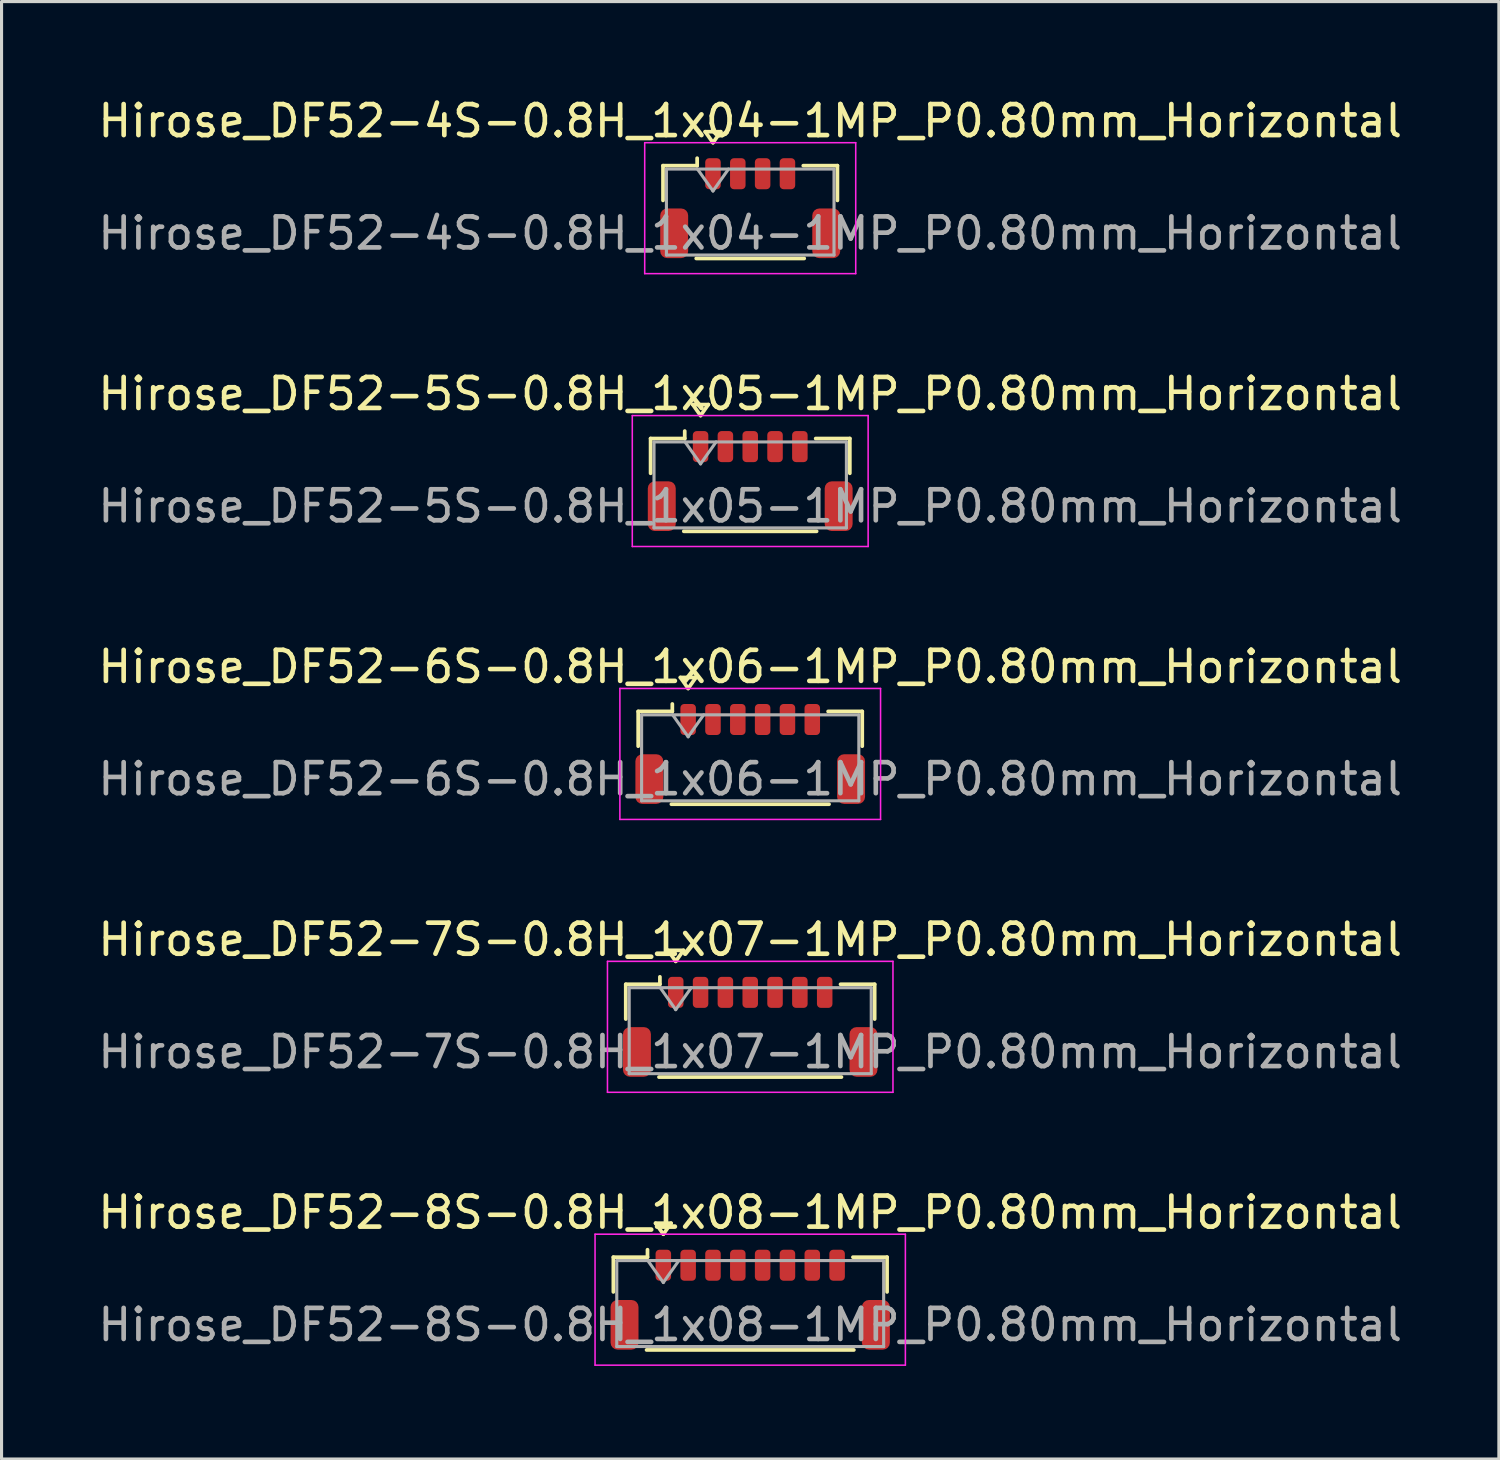
<source format=kicad_pcb>
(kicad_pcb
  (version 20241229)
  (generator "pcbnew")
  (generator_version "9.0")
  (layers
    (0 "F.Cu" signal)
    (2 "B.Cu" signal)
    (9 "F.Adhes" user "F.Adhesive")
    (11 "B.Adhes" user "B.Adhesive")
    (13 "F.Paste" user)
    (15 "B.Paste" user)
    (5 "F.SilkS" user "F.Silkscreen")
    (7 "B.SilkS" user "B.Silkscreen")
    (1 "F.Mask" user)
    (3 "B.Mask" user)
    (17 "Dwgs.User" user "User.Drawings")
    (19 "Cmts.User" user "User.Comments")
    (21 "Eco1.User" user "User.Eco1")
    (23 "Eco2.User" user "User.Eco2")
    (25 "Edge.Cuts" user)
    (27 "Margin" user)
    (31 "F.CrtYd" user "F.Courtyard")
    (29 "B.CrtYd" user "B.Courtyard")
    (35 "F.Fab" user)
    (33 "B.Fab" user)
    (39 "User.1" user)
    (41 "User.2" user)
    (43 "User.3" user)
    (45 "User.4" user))
  (footprint "Hirose_DF52-4S-0.8H_1x04-1MP_P0.80mm_Horizontal"
    (layer "F.Cu")
    (at 21.125 3.658)
    (property "Reference" "Hirose_DF52-4S-0.8H_1x04-1MP_P0.80mm_Horizontal" (at 0 -2.81 0) (layer "F.SilkS") (effects (font (size 1 1) (thickness 0.15))))
    (attr smd)
    (fp_line (start -2.81 -1.37) (end -1.71 -1.37) (stroke (width 0.12) (type solid)) (layer "F.SilkS"))
    (fp_line (start -2.81 -0.25) (end -2.81 -1.37) (stroke (width 0.12) (type solid)) (layer "F.SilkS"))
    (fp_line (start -1.74 1.62) (end 1.74 1.62) (stroke (width 0.12) (type solid)) (layer "F.SilkS"))
    (fp_line (start -1.71 -1.37) (end -1.71 -1.61) (stroke (width 0.12) (type solid)) (layer "F.SilkS"))
    (fp_line (start -1.45 -2.464) (end -1.2 -2.11) (stroke (width 0.12) (type solid)) (layer "F.SilkS"))
    (fp_line (start -1.2 -2.11) (end -0.95 -2.464) (stroke (width 0.12) (type solid)) (layer "F.SilkS"))
    (fp_line (start -0.95 -2.464) (end -1.45 -2.464) (stroke (width 0.12) (type solid)) (layer "F.SilkS"))
    (fp_line (start 2.81 -1.37) (end 1.71 -1.37) (stroke (width 0.12) (type solid)) (layer "F.SilkS"))
    (fp_line (start 2.81 -0.25) (end 2.81 -1.37) (stroke (width 0.12) (type solid)) (layer "F.SilkS"))
    (fp_line (start -3.4 -2.11) (end -3.4 2.11) (stroke (width 0.05) (type solid)) (layer "F.CrtYd"))
    (fp_line (start -3.4 2.11) (end 3.4 2.11) (stroke (width 0.05) (type solid)) (layer "F.CrtYd"))
    (fp_line (start 3.4 -2.11) (end -3.4 -2.11) (stroke (width 0.05) (type solid)) (layer "F.CrtYd"))
    (fp_line (start 3.4 2.11) (end 3.4 -2.11) (stroke (width 0.05) (type solid)) (layer "F.CrtYd"))
    (fp_line (start -2.7 -1.26) (end -2.7 1.51) (stroke (width 0.1) (type solid)) (layer "F.Fab"))
    (fp_line (start -2.7 -1.26) (end 2.7 -1.26) (stroke (width 0.1) (type solid)) (layer "F.Fab"))
    (fp_line (start -2.7 1.51) (end 2.7 1.51) (stroke (width 0.1) (type solid)) (layer "F.Fab"))
    (fp_line (start -1.7 -1.26) (end -1.2 -0.553) (stroke (width 0.1) (type solid)) (layer "F.Fab"))
    (fp_line (start -1.2 -0.553) (end -0.7 -1.26) (stroke (width 0.1) (type solid)) (layer "F.Fab"))
    (fp_line (start 2.7 -1.26) (end 2.7 1.51) (stroke (width 0.1) (type solid)) (layer "F.Fab"))
    (fp_text user "${REFERENCE}" (at 0 0.81 0) (layer "F.Fab") (effects (font (size 1 1) (thickness 0.15))))
    (pad "1" smd roundrect (at -1.2 -1.11) (size 0.5 1) (layers "F.Cu" "F.Mask" "F.Paste") (roundrect_rratio 0.25))
    (pad "2" smd roundrect (at -0.4 -1.11) (size 0.5 1) (layers "F.Cu" "F.Mask" "F.Paste") (roundrect_rratio 0.25))
    (pad "3" smd roundrect (at 0.4 -1.11) (size 0.5 1) (layers "F.Cu" "F.Mask" "F.Paste") (roundrect_rratio 0.25))
    (pad "4" smd roundrect (at 1.2 -1.11) (size 0.5 1) (layers "F.Cu" "F.Mask" "F.Paste") (roundrect_rratio 0.25))
    (pad "MP" smd roundrect (at -2.45 0.81) (size 0.9 1.6) (layers "F.Cu" "F.Mask" "F.Paste") (roundrect_rratio 0.25))
    (pad "MP" smd roundrect (at 2.45 0.81) (size 0.9 1.6) (layers "F.Cu" "F.Mask" "F.Paste") (roundrect_rratio 0.25)))
  (footprint "Hirose_DF52-8S-0.8H_1x08-1MP_P0.80mm_Horizontal"
    (layer "F.Cu")
    (at 21.125 38.831)
    (property "Reference" "Hirose_DF52-8S-0.8H_1x08-1MP_P0.80mm_Horizontal" (at 0 -2.81 0) (layer "F.SilkS") (effects (font (size 1 1) (thickness 0.15))))
    (attr smd)
    (fp_line (start -4.41 -1.37) (end -3.31 -1.37) (stroke (width 0.12) (type solid)) (layer "F.SilkS"))
    (fp_line (start -4.41 -0.25) (end -4.41 -1.37) (stroke (width 0.12) (type solid)) (layer "F.SilkS"))
    (fp_line (start -3.34 1.62) (end 3.34 1.62) (stroke (width 0.12) (type solid)) (layer "F.SilkS"))
    (fp_line (start -3.31 -1.37) (end -3.31 -1.61) (stroke (width 0.12) (type solid)) (layer "F.SilkS"))
    (fp_line (start -3.05 -2.464) (end -2.8 -2.11) (stroke (width 0.12) (type solid)) (layer "F.SilkS"))
    (fp_line (start -2.8 -2.11) (end -2.55 -2.464) (stroke (width 0.12) (type solid)) (layer "F.SilkS"))
    (fp_line (start -2.55 -2.464) (end -3.05 -2.464) (stroke (width 0.12) (type solid)) (layer "F.SilkS"))
    (fp_line (start 4.41 -1.37) (end 3.31 -1.37) (stroke (width 0.12) (type solid)) (layer "F.SilkS"))
    (fp_line (start 4.41 -0.25) (end 4.41 -1.37) (stroke (width 0.12) (type solid)) (layer "F.SilkS"))
    (fp_line (start -5 -2.11) (end -5 2.11) (stroke (width 0.05) (type solid)) (layer "F.CrtYd"))
    (fp_line (start -5 2.11) (end 5 2.11) (stroke (width 0.05) (type solid)) (layer "F.CrtYd"))
    (fp_line (start 5 -2.11) (end -5 -2.11) (stroke (width 0.05) (type solid)) (layer "F.CrtYd"))
    (fp_line (start 5 2.11) (end 5 -2.11) (stroke (width 0.05) (type solid)) (layer "F.CrtYd"))
    (fp_line (start -4.3 -1.26) (end -4.3 1.51) (stroke (width 0.1) (type solid)) (layer "F.Fab"))
    (fp_line (start -4.3 -1.26) (end 4.3 -1.26) (stroke (width 0.1) (type solid)) (layer "F.Fab"))
    (fp_line (start -4.3 1.51) (end 4.3 1.51) (stroke (width 0.1) (type solid)) (layer "F.Fab"))
    (fp_line (start -3.3 -1.26) (end -2.8 -0.553) (stroke (width 0.1) (type solid)) (layer "F.Fab"))
    (fp_line (start -2.8 -0.553) (end -2.3 -1.26) (stroke (width 0.1) (type solid)) (layer "F.Fab"))
    (fp_line (start 4.3 -1.26) (end 4.3 1.51) (stroke (width 0.1) (type solid)) (layer "F.Fab"))
    (fp_text user "${REFERENCE}" (at 0 0.81 0) (layer "F.Fab") (effects (font (size 1 1) (thickness 0.15))))
    (pad "1" smd roundrect (at -2.8 -1.11) (size 0.5 1) (layers "F.Cu" "F.Mask" "F.Paste") (roundrect_rratio 0.25))
    (pad "2" smd roundrect (at -2 -1.11) (size 0.5 1) (layers "F.Cu" "F.Mask" "F.Paste") (roundrect_rratio 0.25))
    (pad "3" smd roundrect (at -1.2 -1.11) (size 0.5 1) (layers "F.Cu" "F.Mask" "F.Paste") (roundrect_rratio 0.25))
    (pad "4" smd roundrect (at -0.4 -1.11) (size 0.5 1) (layers "F.Cu" "F.Mask" "F.Paste") (roundrect_rratio 0.25))
    (pad "5" smd roundrect (at 0.4 -1.11) (size 0.5 1) (layers "F.Cu" "F.Mask" "F.Paste") (roundrect_rratio 0.25))
    (pad "6" smd roundrect (at 1.2 -1.11) (size 0.5 1) (layers "F.Cu" "F.Mask" "F.Paste") (roundrect_rratio 0.25))
    (pad "7" smd roundrect (at 2 -1.11) (size 0.5 1) (layers "F.Cu" "F.Mask" "F.Paste") (roundrect_rratio 0.25))
    (pad "8" smd roundrect (at 2.8 -1.11) (size 0.5 1) (layers "F.Cu" "F.Mask" "F.Paste") (roundrect_rratio 0.25))
    (pad "MP" smd roundrect (at -4.05 0.81) (size 0.9 1.6) (layers "F.Cu" "F.Mask" "F.Paste") (roundrect_rratio 0.25))
    (pad "MP" smd roundrect (at 4.05 0.81) (size 0.9 1.6) (layers "F.Cu" "F.Mask" "F.Paste") (roundrect_rratio 0.25)))
  (footprint "Hirose_DF52-7S-0.8H_1x07-1MP_P0.80mm_Horizontal"
    (layer "F.Cu")
    (at 21.125 30.038)
    (property "Reference" "Hirose_DF52-7S-0.8H_1x07-1MP_P0.80mm_Horizontal" (at 0 -2.81 0) (layer "F.SilkS") (effects (font (size 1 1) (thickness 0.15))))
    (attr smd)
    (fp_line (start -4.01 -1.37) (end -2.91 -1.37) (stroke (width 0.12) (type solid)) (layer "F.SilkS"))
    (fp_line (start -4.01 -0.25) (end -4.01 -1.37) (stroke (width 0.12) (type solid)) (layer "F.SilkS"))
    (fp_line (start -2.94 1.62) (end 2.94 1.62) (stroke (width 0.12) (type solid)) (layer "F.SilkS"))
    (fp_line (start -2.91 -1.37) (end -2.91 -1.61) (stroke (width 0.12) (type solid)) (layer "F.SilkS"))
    (fp_line (start -2.65 -2.464) (end -2.4 -2.11) (stroke (width 0.12) (type solid)) (layer "F.SilkS"))
    (fp_line (start -2.4 -2.11) (end -2.15 -2.464) (stroke (width 0.12) (type solid)) (layer "F.SilkS"))
    (fp_line (start -2.15 -2.464) (end -2.65 -2.464) (stroke (width 0.12) (type solid)) (layer "F.SilkS"))
    (fp_line (start 4.01 -1.37) (end 2.91 -1.37) (stroke (width 0.12) (type solid)) (layer "F.SilkS"))
    (fp_line (start 4.01 -0.25) (end 4.01 -1.37) (stroke (width 0.12) (type solid)) (layer "F.SilkS"))
    (fp_line (start -4.6 -2.11) (end -4.6 2.11) (stroke (width 0.05) (type solid)) (layer "F.CrtYd"))
    (fp_line (start -4.6 2.11) (end 4.6 2.11) (stroke (width 0.05) (type solid)) (layer "F.CrtYd"))
    (fp_line (start 4.6 -2.11) (end -4.6 -2.11) (stroke (width 0.05) (type solid)) (layer "F.CrtYd"))
    (fp_line (start 4.6 2.11) (end 4.6 -2.11) (stroke (width 0.05) (type solid)) (layer "F.CrtYd"))
    (fp_line (start -3.9 -1.26) (end -3.9 1.51) (stroke (width 0.1) (type solid)) (layer "F.Fab"))
    (fp_line (start -3.9 -1.26) (end 3.9 -1.26) (stroke (width 0.1) (type solid)) (layer "F.Fab"))
    (fp_line (start -3.9 1.51) (end 3.9 1.51) (stroke (width 0.1) (type solid)) (layer "F.Fab"))
    (fp_line (start -2.9 -1.26) (end -2.4 -0.553) (stroke (width 0.1) (type solid)) (layer "F.Fab"))
    (fp_line (start -2.4 -0.553) (end -1.9 -1.26) (stroke (width 0.1) (type solid)) (layer "F.Fab"))
    (fp_line (start 3.9 -1.26) (end 3.9 1.51) (stroke (width 0.1) (type solid)) (layer "F.Fab"))
    (fp_text user "${REFERENCE}" (at 0 0.81 0) (layer "F.Fab") (effects (font (size 1 1) (thickness 0.15))))
    (pad "1" smd roundrect (at -2.4 -1.11) (size 0.5 1) (layers "F.Cu" "F.Mask" "F.Paste") (roundrect_rratio 0.25))
    (pad "2" smd roundrect (at -1.6 -1.11) (size 0.5 1) (layers "F.Cu" "F.Mask" "F.Paste") (roundrect_rratio 0.25))
    (pad "3" smd roundrect (at -0.8 -1.11) (size 0.5 1) (layers "F.Cu" "F.Mask" "F.Paste") (roundrect_rratio 0.25))
    (pad "4" smd roundrect (at 0 -1.11) (size 0.5 1) (layers "F.Cu" "F.Mask" "F.Paste") (roundrect_rratio 0.25))
    (pad "5" smd roundrect (at 0.8 -1.11) (size 0.5 1) (layers "F.Cu" "F.Mask" "F.Paste") (roundrect_rratio 0.25))
    (pad "6" smd roundrect (at 1.6 -1.11) (size 0.5 1) (layers "F.Cu" "F.Mask" "F.Paste") (roundrect_rratio 0.25))
    (pad "7" smd roundrect (at 2.4 -1.11) (size 0.5 1) (layers "F.Cu" "F.Mask" "F.Paste") (roundrect_rratio 0.25))
    (pad "MP" smd roundrect (at -3.65 0.81) (size 0.9 1.6) (layers "F.Cu" "F.Mask" "F.Paste") (roundrect_rratio 0.25))
    (pad "MP" smd roundrect (at 3.65 0.81) (size 0.9 1.6) (layers "F.Cu" "F.Mask" "F.Paste") (roundrect_rratio 0.25)))
  (footprint "Hirose_DF52-5S-0.8H_1x05-1MP_P0.80mm_Horizontal"
    (layer "F.Cu")
    (at 21.125 12.451)
    (property "Reference" "Hirose_DF52-5S-0.8H_1x05-1MP_P0.80mm_Horizontal" (at 0 -2.81 0) (layer "F.SilkS") (effects (font (size 1 1) (thickness 0.15))))
    (attr smd)
    (fp_line (start -3.21 -1.37) (end -2.11 -1.37) (stroke (width 0.12) (type solid)) (layer "F.SilkS"))
    (fp_line (start -3.21 -0.25) (end -3.21 -1.37) (stroke (width 0.12) (type solid)) (layer "F.SilkS"))
    (fp_line (start -2.14 1.62) (end 2.14 1.62) (stroke (width 0.12) (type solid)) (layer "F.SilkS"))
    (fp_line (start -2.11 -1.37) (end -2.11 -1.61) (stroke (width 0.12) (type solid)) (layer "F.SilkS"))
    (fp_line (start -1.85 -2.464) (end -1.6 -2.11) (stroke (width 0.12) (type solid)) (layer "F.SilkS"))
    (fp_line (start -1.6 -2.11) (end -1.35 -2.464) (stroke (width 0.12) (type solid)) (layer "F.SilkS"))
    (fp_line (start -1.35 -2.464) (end -1.85 -2.464) (stroke (width 0.12) (type solid)) (layer "F.SilkS"))
    (fp_line (start 3.21 -1.37) (end 2.11 -1.37) (stroke (width 0.12) (type solid)) (layer "F.SilkS"))
    (fp_line (start 3.21 -0.25) (end 3.21 -1.37) (stroke (width 0.12) (type solid)) (layer "F.SilkS"))
    (fp_line (start -3.8 -2.11) (end -3.8 2.11) (stroke (width 0.05) (type solid)) (layer "F.CrtYd"))
    (fp_line (start -3.8 2.11) (end 3.8 2.11) (stroke (width 0.05) (type solid)) (layer "F.CrtYd"))
    (fp_line (start 3.8 -2.11) (end -3.8 -2.11) (stroke (width 0.05) (type solid)) (layer "F.CrtYd"))
    (fp_line (start 3.8 2.11) (end 3.8 -2.11) (stroke (width 0.05) (type solid)) (layer "F.CrtYd"))
    (fp_line (start -3.1 -1.26) (end -3.1 1.51) (stroke (width 0.1) (type solid)) (layer "F.Fab"))
    (fp_line (start -3.1 -1.26) (end 3.1 -1.26) (stroke (width 0.1) (type solid)) (layer "F.Fab"))
    (fp_line (start -3.1 1.51) (end 3.1 1.51) (stroke (width 0.1) (type solid)) (layer "F.Fab"))
    (fp_line (start -2.1 -1.26) (end -1.6 -0.553) (stroke (width 0.1) (type solid)) (layer "F.Fab"))
    (fp_line (start -1.6 -0.553) (end -1.1 -1.26) (stroke (width 0.1) (type solid)) (layer "F.Fab"))
    (fp_line (start 3.1 -1.26) (end 3.1 1.51) (stroke (width 0.1) (type solid)) (layer "F.Fab"))
    (fp_text user "${REFERENCE}" (at 0 0.81 0) (layer "F.Fab") (effects (font (size 1 1) (thickness 0.15))))
    (pad "1" smd roundrect (at -1.6 -1.11) (size 0.5 1) (layers "F.Cu" "F.Mask" "F.Paste") (roundrect_rratio 0.25))
    (pad "2" smd roundrect (at -0.8 -1.11) (size 0.5 1) (layers "F.Cu" "F.Mask" "F.Paste") (roundrect_rratio 0.25))
    (pad "3" smd roundrect (at 0 -1.11) (size 0.5 1) (layers "F.Cu" "F.Mask" "F.Paste") (roundrect_rratio 0.25))
    (pad "4" smd roundrect (at 0.8 -1.11) (size 0.5 1) (layers "F.Cu" "F.Mask" "F.Paste") (roundrect_rratio 0.25))
    (pad "5" smd roundrect (at 1.6 -1.11) (size 0.5 1) (layers "F.Cu" "F.Mask" "F.Paste") (roundrect_rratio 0.25))
    (pad "MP" smd roundrect (at -2.85 0.81) (size 0.9 1.6) (layers "F.Cu" "F.Mask" "F.Paste") (roundrect_rratio 0.25))
    (pad "MP" smd roundrect (at 2.85 0.81) (size 0.9 1.6) (layers "F.Cu" "F.Mask" "F.Paste") (roundrect_rratio 0.25)))
  (footprint "Hirose_DF52-6S-0.8H_1x06-1MP_P0.80mm_Horizontal"
    (layer "F.Cu")
    (at 21.125 21.245)
    (property "Reference" "Hirose_DF52-6S-0.8H_1x06-1MP_P0.80mm_Horizontal" (at 0 -2.81 0) (layer "F.SilkS") (effects (font (size 1 1) (thickness 0.15))))
    (attr smd)
    (fp_line (start -3.61 -1.37) (end -2.51 -1.37) (stroke (width 0.12) (type solid)) (layer "F.SilkS"))
    (fp_line (start -3.61 -0.25) (end -3.61 -1.37) (stroke (width 0.12) (type solid)) (layer "F.SilkS"))
    (fp_line (start -2.54 1.62) (end 2.54 1.62) (stroke (width 0.12) (type solid)) (layer "F.SilkS"))
    (fp_line (start -2.51 -1.37) (end -2.51 -1.61) (stroke (width 0.12) (type solid)) (layer "F.SilkS"))
    (fp_line (start -2.25 -2.464) (end -2 -2.11) (stroke (width 0.12) (type solid)) (layer "F.SilkS"))
    (fp_line (start -2 -2.11) (end -1.75 -2.464) (stroke (width 0.12) (type solid)) (layer "F.SilkS"))
    (fp_line (start -1.75 -2.464) (end -2.25 -2.464) (stroke (width 0.12) (type solid)) (layer "F.SilkS"))
    (fp_line (start 3.61 -1.37) (end 2.51 -1.37) (stroke (width 0.12) (type solid)) (layer "F.SilkS"))
    (fp_line (start 3.61 -0.25) (end 3.61 -1.37) (stroke (width 0.12) (type solid)) (layer "F.SilkS"))
    (fp_line (start -4.2 -2.11) (end -4.2 2.11) (stroke (width 0.05) (type solid)) (layer "F.CrtYd"))
    (fp_line (start -4.2 2.11) (end 4.2 2.11) (stroke (width 0.05) (type solid)) (layer "F.CrtYd"))
    (fp_line (start 4.2 -2.11) (end -4.2 -2.11) (stroke (width 0.05) (type solid)) (layer "F.CrtYd"))
    (fp_line (start 4.2 2.11) (end 4.2 -2.11) (stroke (width 0.05) (type solid)) (layer "F.CrtYd"))
    (fp_line (start -3.5 -1.26) (end -3.5 1.51) (stroke (width 0.1) (type solid)) (layer "F.Fab"))
    (fp_line (start -3.5 -1.26) (end 3.5 -1.26) (stroke (width 0.1) (type solid)) (layer "F.Fab"))
    (fp_line (start -3.5 1.51) (end 3.5 1.51) (stroke (width 0.1) (type solid)) (layer "F.Fab"))
    (fp_line (start -2.5 -1.26) (end -2 -0.553) (stroke (width 0.1) (type solid)) (layer "F.Fab"))
    (fp_line (start -2 -0.553) (end -1.5 -1.26) (stroke (width 0.1) (type solid)) (layer "F.Fab"))
    (fp_line (start 3.5 -1.26) (end 3.5 1.51) (stroke (width 0.1) (type solid)) (layer "F.Fab"))
    (fp_text user "${REFERENCE}" (at 0 0.81 0) (layer "F.Fab") (effects (font (size 1 1) (thickness 0.15))))
    (pad "1" smd roundrect (at -2 -1.11) (size 0.5 1) (layers "F.Cu" "F.Mask" "F.Paste") (roundrect_rratio 0.25))
    (pad "2" smd roundrect (at -1.2 -1.11) (size 0.5 1) (layers "F.Cu" "F.Mask" "F.Paste") (roundrect_rratio 0.25))
    (pad "3" smd roundrect (at -0.4 -1.11) (size 0.5 1) (layers "F.Cu" "F.Mask" "F.Paste") (roundrect_rratio 0.25))
    (pad "4" smd roundrect (at 0.4 -1.11) (size 0.5 1) (layers "F.Cu" "F.Mask" "F.Paste") (roundrect_rratio 0.25))
    (pad "5" smd roundrect (at 1.2 -1.11) (size 0.5 1) (layers "F.Cu" "F.Mask" "F.Paste") (roundrect_rratio 0.25))
    (pad "6" smd roundrect (at 2 -1.11) (size 0.5 1) (layers "F.Cu" "F.Mask" "F.Paste") (roundrect_rratio 0.25))
    (pad "MP" smd roundrect (at -3.25 0.81) (size 0.9 1.6) (layers "F.Cu" "F.Mask" "F.Paste") (roundrect_rratio 0.25))
    (pad "MP" smd roundrect (at 3.25 0.81) (size 0.9 1.6) (layers "F.Cu" "F.Mask" "F.Paste") (roundrect_rratio 0.25)))
  (gr_rect
    (start -3 -3)
    (end 45.25 43.966)
    (stroke (width 0.1) (type default))
    (fill no)
    (layer "Edge.Cuts")))
</source>
